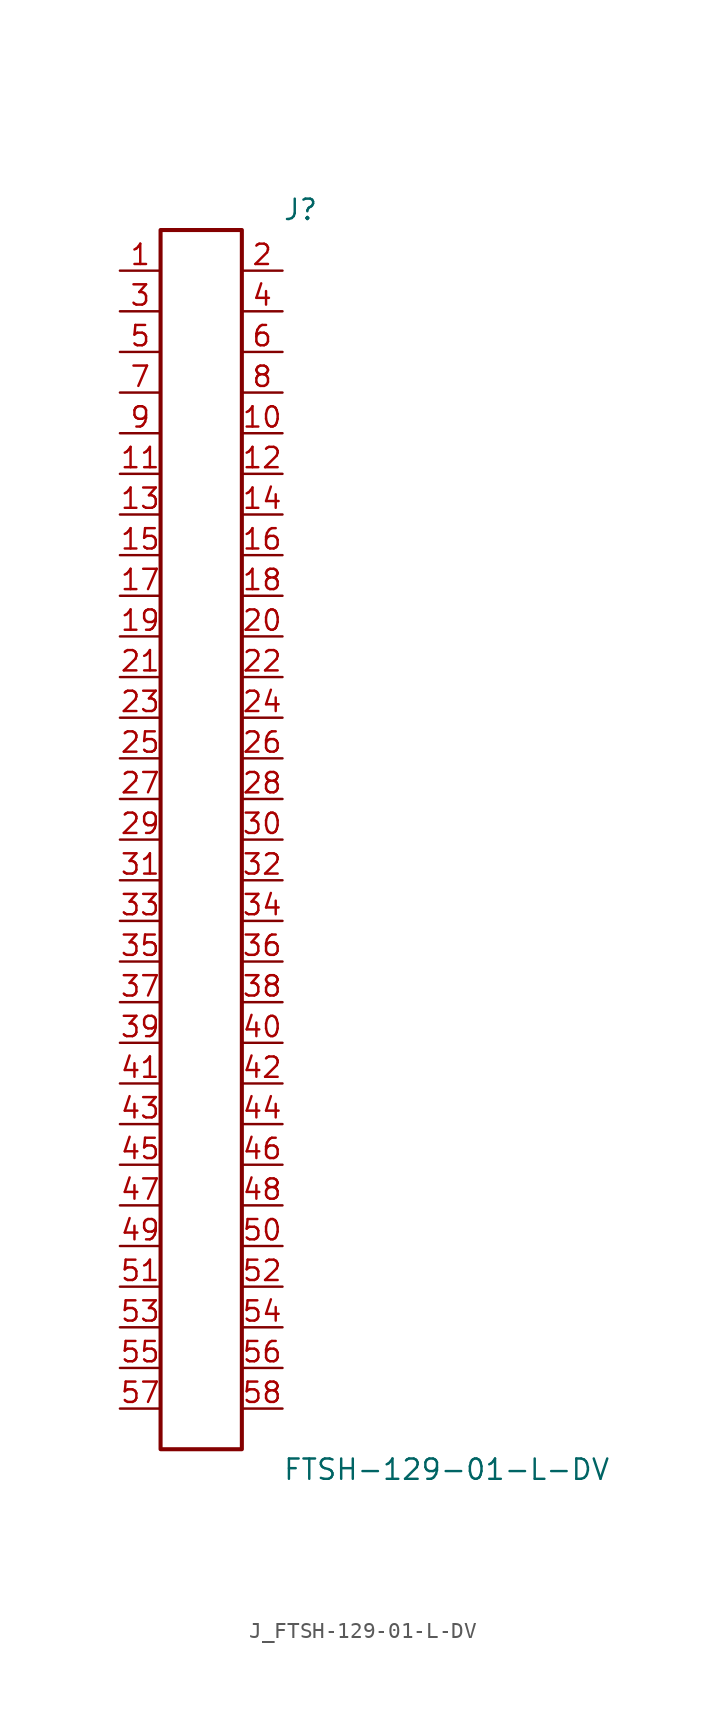
<source format=kicad_sym>
(kicad_symbol_lib
  (version 20231120)
  (generator kicad_symbol_editor)
  (generator_version 8.0)
  (symbol "J_FTSH-129-01-L-DV"
    (pin_names
      (offset 0.254))
    (property "Reference" "J"
      (at 5.08 39.37 0)
      (effects (font (size 1.27 1.27)) (justify left)))
    (property "Value" "FTSH-129-01-L-DV"
      (at 5.08 -39.37 0)
      (effects (font (size 1.27 1.27)) (justify left)))
    (symbol "J_FTSH-129-01-L-DV_0_0"
      (pin passive line (at -5.08 35.56 0) (length 2.54) (name "" (effects (font (size 1.27 1.27)))) (number "1" (effects (font (size 1.27 1.27)))))
      (pin passive line (at 5.08 35.56 180) (length 2.54) (name "" (effects (font (size 1.27 1.27)))) (number "2" (effects (font (size 1.27 1.27)))))
      (pin passive line (at -5.08 33.02 0) (length 2.54) (name "" (effects (font (size 1.27 1.27)))) (number "3" (effects (font (size 1.27 1.27)))))
      (pin passive line (at 5.08 33.02 180) (length 2.54) (name "" (effects (font (size 1.27 1.27)))) (number "4" (effects (font (size 1.27 1.27)))))
      (pin passive line (at -5.08 30.48 0) (length 2.54) (name "" (effects (font (size 1.27 1.27)))) (number "5" (effects (font (size 1.27 1.27)))))
      (pin passive line (at 5.08 30.48 180) (length 2.54) (name "" (effects (font (size 1.27 1.27)))) (number "6" (effects (font (size 1.27 1.27)))))
      (pin passive line (at -5.08 27.94 0) (length 2.54) (name "" (effects (font (size 1.27 1.27)))) (number "7" (effects (font (size 1.27 1.27)))))
      (pin passive line (at 5.08 27.94 180) (length 2.54) (name "" (effects (font (size 1.27 1.27)))) (number "8" (effects (font (size 1.27 1.27)))))
      (pin passive line (at -5.08 25.4 0) (length 2.54) (name "" (effects (font (size 1.27 1.27)))) (number "9" (effects (font (size 1.27 1.27)))))
      (pin passive line (at 5.08 25.4 180) (length 2.54) (name "" (effects (font (size 1.27 1.27)))) (number "10" (effects (font (size 1.27 1.27)))))
      (pin passive line (at -5.08 22.86 0) (length 2.54) (name "" (effects (font (size 1.27 1.27)))) (number "11" (effects (font (size 1.27 1.27)))))
      (pin passive line (at 5.08 22.86 180) (length 2.54) (name "" (effects (font (size 1.27 1.27)))) (number "12" (effects (font (size 1.27 1.27)))))
      (pin passive line (at -5.08 20.32 0) (length 2.54) (name "" (effects (font (size 1.27 1.27)))) (number "13" (effects (font (size 1.27 1.27)))))
      (pin passive line (at 5.08 20.32 180) (length 2.54) (name "" (effects (font (size 1.27 1.27)))) (number "14" (effects (font (size 1.27 1.27)))))
      (pin passive line (at -5.08 17.78 0) (length 2.54) (name "" (effects (font (size 1.27 1.27)))) (number "15" (effects (font (size 1.27 1.27)))))
      (pin passive line (at 5.08 17.78 180) (length 2.54) (name "" (effects (font (size 1.27 1.27)))) (number "16" (effects (font (size 1.27 1.27)))))
      (pin passive line (at -5.08 15.24 0) (length 2.54) (name "" (effects (font (size 1.27 1.27)))) (number "17" (effects (font (size 1.27 1.27)))))
      (pin passive line (at 5.08 15.24 180) (length 2.54) (name "" (effects (font (size 1.27 1.27)))) (number "18" (effects (font (size 1.27 1.27)))))
      (pin passive line (at -5.08 12.7 0) (length 2.54) (name "" (effects (font (size 1.27 1.27)))) (number "19" (effects (font (size 1.27 1.27)))))
      (pin passive line (at 5.08 12.7 180) (length 2.54) (name "" (effects (font (size 1.27 1.27)))) (number "20" (effects (font (size 1.27 1.27)))))
      (pin passive line (at -5.08 10.16 0) (length 2.54) (name "" (effects (font (size 1.27 1.27)))) (number "21" (effects (font (size 1.27 1.27)))))
      (pin passive line (at 5.08 10.16 180) (length 2.54) (name "" (effects (font (size 1.27 1.27)))) (number "22" (effects (font (size 1.27 1.27)))))
      (pin passive line (at -5.08 7.62 0) (length 2.54) (name "" (effects (font (size 1.27 1.27)))) (number "23" (effects (font (size 1.27 1.27)))))
      (pin passive line (at 5.08 7.62 180) (length 2.54) (name "" (effects (font (size 1.27 1.27)))) (number "24" (effects (font (size 1.27 1.27)))))
      (pin passive line (at -5.08 5.08 0) (length 2.54) (name "" (effects (font (size 1.27 1.27)))) (number "25" (effects (font (size 1.27 1.27)))))
      (pin passive line (at 5.08 5.08 180) (length 2.54) (name "" (effects (font (size 1.27 1.27)))) (number "26" (effects (font (size 1.27 1.27)))))
      (pin passive line (at -5.08 2.54 0) (length 2.54) (name "" (effects (font (size 1.27 1.27)))) (number "27" (effects (font (size 1.27 1.27)))))
      (pin passive line (at 5.08 2.54 180) (length 2.54) (name "" (effects (font (size 1.27 1.27)))) (number "28" (effects (font (size 1.27 1.27)))))
      (pin passive line (at -5.08 0.0 0) (length 2.54) (name "" (effects (font (size 1.27 1.27)))) (number "29" (effects (font (size 1.27 1.27)))))
      (pin passive line (at 5.08 0.0 180) (length 2.54) (name "" (effects (font (size 1.27 1.27)))) (number "30" (effects (font (size 1.27 1.27)))))
      (pin passive line (at -5.08 -2.54 0) (length 2.54) (name "" (effects (font (size 1.27 1.27)))) (number "31" (effects (font (size 1.27 1.27)))))
      (pin passive line (at 5.08 -2.54 180) (length 2.54) (name "" (effects (font (size 1.27 1.27)))) (number "32" (effects (font (size 1.27 1.27)))))
      (pin passive line (at -5.08 -5.08 0) (length 2.54) (name "" (effects (font (size 1.27 1.27)))) (number "33" (effects (font (size 1.27 1.27)))))
      (pin passive line (at 5.08 -5.08 180) (length 2.54) (name "" (effects (font (size 1.27 1.27)))) (number "34" (effects (font (size 1.27 1.27)))))
      (pin passive line (at -5.08 -7.62 0) (length 2.54) (name "" (effects (font (size 1.27 1.27)))) (number "35" (effects (font (size 1.27 1.27)))))
      (pin passive line (at 5.08 -7.62 180) (length 2.54) (name "" (effects (font (size 1.27 1.27)))) (number "36" (effects (font (size 1.27 1.27)))))
      (pin passive line (at -5.08 -10.16 0) (length 2.54) (name "" (effects (font (size 1.27 1.27)))) (number "37" (effects (font (size 1.27 1.27)))))
      (pin passive line (at 5.08 -10.16 180) (length 2.54) (name "" (effects (font (size 1.27 1.27)))) (number "38" (effects (font (size 1.27 1.27)))))
      (pin passive line (at -5.08 -12.7 0) (length 2.54) (name "" (effects (font (size 1.27 1.27)))) (number "39" (effects (font (size 1.27 1.27)))))
      (pin passive line (at 5.08 -12.7 180) (length 2.54) (name "" (effects (font (size 1.27 1.27)))) (number "40" (effects (font (size 1.27 1.27)))))
      (pin passive line (at -5.08 -15.24 0) (length 2.54) (name "" (effects (font (size 1.27 1.27)))) (number "41" (effects (font (size 1.27 1.27)))))
      (pin passive line (at 5.08 -15.24 180) (length 2.54) (name "" (effects (font (size 1.27 1.27)))) (number "42" (effects (font (size 1.27 1.27)))))
      (pin passive line (at -5.08 -17.78 0) (length 2.54) (name "" (effects (font (size 1.27 1.27)))) (number "43" (effects (font (size 1.27 1.27)))))
      (pin passive line (at 5.08 -17.78 180) (length 2.54) (name "" (effects (font (size 1.27 1.27)))) (number "44" (effects (font (size 1.27 1.27)))))
      (pin passive line (at -5.08 -20.32 0) (length 2.54) (name "" (effects (font (size 1.27 1.27)))) (number "45" (effects (font (size 1.27 1.27)))))
      (pin passive line (at 5.08 -20.32 180) (length 2.54) (name "" (effects (font (size 1.27 1.27)))) (number "46" (effects (font (size 1.27 1.27)))))
      (pin passive line (at -5.08 -22.86 0) (length 2.54) (name "" (effects (font (size 1.27 1.27)))) (number "47" (effects (font (size 1.27 1.27)))))
      (pin passive line (at 5.08 -22.86 180) (length 2.54) (name "" (effects (font (size 1.27 1.27)))) (number "48" (effects (font (size 1.27 1.27)))))
      (pin passive line (at -5.08 -25.4 0) (length 2.54) (name "" (effects (font (size 1.27 1.27)))) (number "49" (effects (font (size 1.27 1.27)))))
      (pin passive line (at 5.08 -25.4 180) (length 2.54) (name "" (effects (font (size 1.27 1.27)))) (number "50" (effects (font (size 1.27 1.27)))))
      (pin passive line (at -5.08 -27.94 0) (length 2.54) (name "" (effects (font (size 1.27 1.27)))) (number "51" (effects (font (size 1.27 1.27)))))
      (pin passive line (at 5.08 -27.94 180) (length 2.54) (name "" (effects (font (size 1.27 1.27)))) (number "52" (effects (font (size 1.27 1.27)))))
      (pin passive line (at -5.08 -30.48 0) (length 2.54) (name "" (effects (font (size 1.27 1.27)))) (number "53" (effects (font (size 1.27 1.27)))))
      (pin passive line (at 5.08 -30.48 180) (length 2.54) (name "" (effects (font (size 1.27 1.27)))) (number "54" (effects (font (size 1.27 1.27)))))
      (pin passive line (at -5.08 -33.02 0) (length 2.54) (name "" (effects (font (size 1.27 1.27)))) (number "55" (effects (font (size 1.27 1.27)))))
      (pin passive line (at 5.08 -33.02 180) (length 2.54) (name "" (effects (font (size 1.27 1.27)))) (number "56" (effects (font (size 1.27 1.27)))))
      (pin passive line (at -5.08 -35.56 0) (length 2.54) (name "" (effects (font (size 1.27 1.27)))) (number "57" (effects (font (size 1.27 1.27)))))
      (pin passive line (at 5.08 -35.56 180) (length 2.54) (name "" (effects (font (size 1.27 1.27)))) (number "58" (effects (font (size 1.27 1.27))))))
    (symbol "J_FTSH-129-01-L-DV_1_0"
      (rectangle (start -2.54 38.1) (end 2.54 -38.1) (stroke (width 0.254) (type solid)) (fill (type none))))))
</source>
